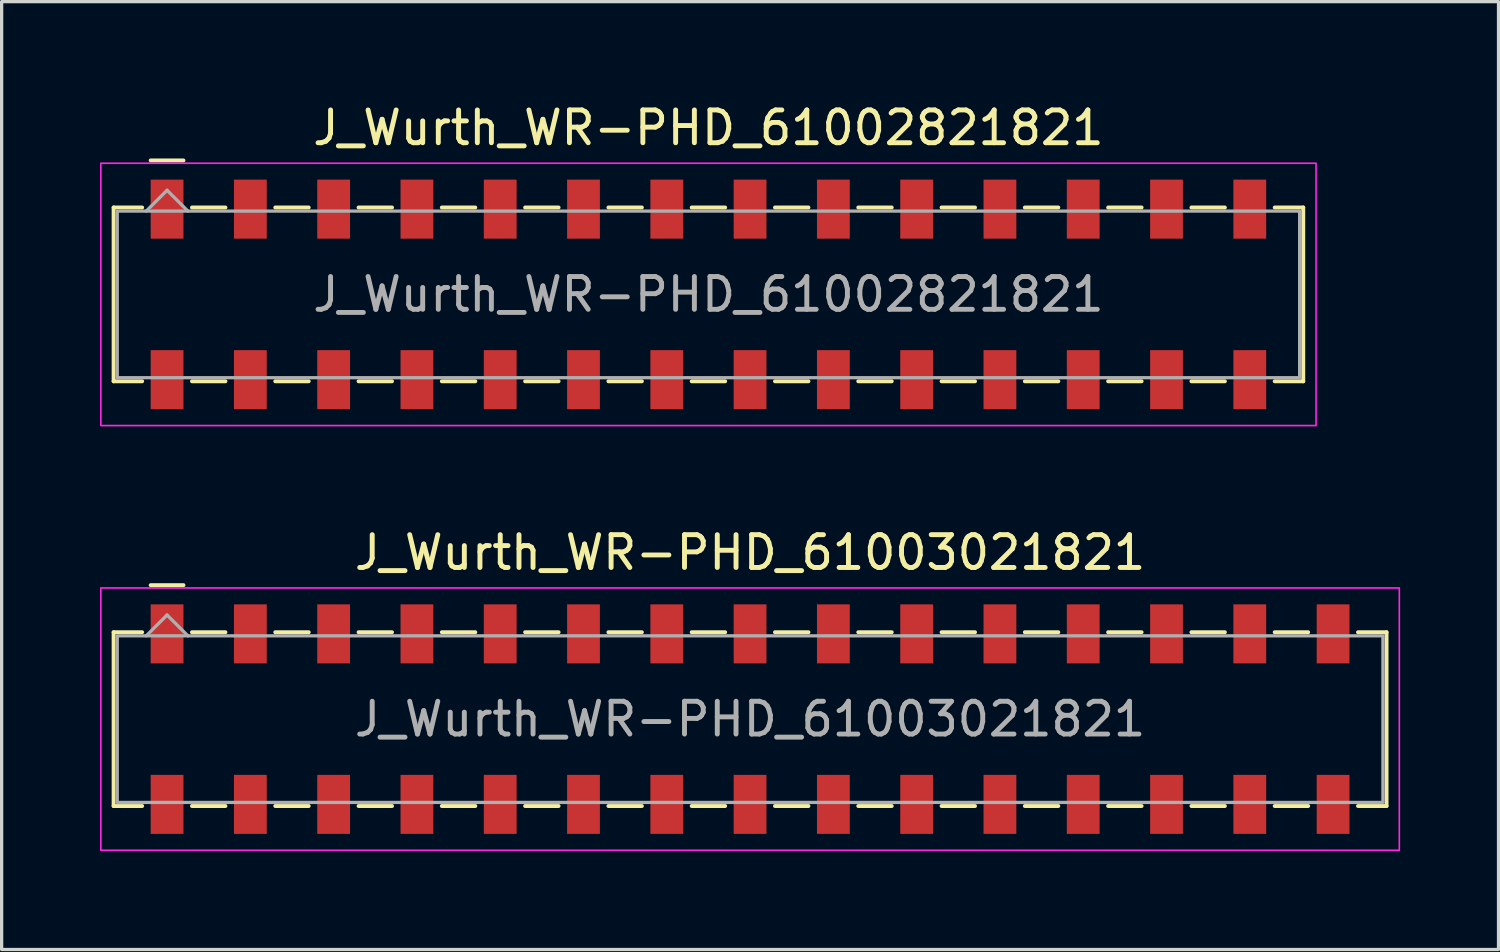
<source format=kicad_pcb>
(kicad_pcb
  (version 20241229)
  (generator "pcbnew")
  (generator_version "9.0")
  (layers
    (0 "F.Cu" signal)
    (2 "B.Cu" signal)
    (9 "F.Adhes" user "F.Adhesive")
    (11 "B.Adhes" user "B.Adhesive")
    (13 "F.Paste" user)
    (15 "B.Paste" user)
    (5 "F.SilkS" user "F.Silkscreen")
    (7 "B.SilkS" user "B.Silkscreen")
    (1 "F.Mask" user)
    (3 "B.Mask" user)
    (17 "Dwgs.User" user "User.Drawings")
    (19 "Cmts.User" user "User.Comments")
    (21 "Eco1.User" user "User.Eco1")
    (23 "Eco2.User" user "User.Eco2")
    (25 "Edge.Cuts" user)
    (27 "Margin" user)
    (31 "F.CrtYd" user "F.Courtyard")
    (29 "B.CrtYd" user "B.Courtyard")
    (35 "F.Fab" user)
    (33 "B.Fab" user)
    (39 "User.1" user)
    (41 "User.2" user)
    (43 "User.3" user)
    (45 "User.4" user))
  (footprint "J_Wurth_WR-PHD_61003021821"
    (layer "F.Cu")
    (at 19.825 18.881)
    (property "Reference" "J_Wurth_WR-PHD_61003021821" (at 0 -5.08 0) (unlocked yes) (layer "F.SilkS") (effects (font (size 1 1) (thickness 0.15))))
    (attr smd)
    (fp_line (start -19.41 -2.65) (end -19.41 2.65) (stroke (width 0.12) (type solid)) (layer "F.SilkS"))
    (fp_line (start -19.41 -2.65) (end -18.54 -2.65) (stroke (width 0.12) (type solid)) (layer "F.SilkS"))
    (fp_line (start -19.41 2.65) (end -18.54 2.65) (stroke (width 0.12) (type solid)) (layer "F.SilkS"))
    (fp_line (start -18.28 -4.085) (end -17.28 -4.085) (stroke (width 0.12) (type solid)) (layer "F.SilkS"))
    (fp_line (start -17.02 -2.65) (end -16 -2.65) (stroke (width 0.12) (type solid)) (layer "F.SilkS"))
    (fp_line (start -17.02 2.65) (end -16 2.65) (stroke (width 0.12) (type solid)) (layer "F.SilkS"))
    (fp_line (start -14.48 -2.65) (end -13.46 -2.65) (stroke (width 0.12) (type solid)) (layer "F.SilkS"))
    (fp_line (start -14.48 2.65) (end -13.46 2.65) (stroke (width 0.12) (type solid)) (layer "F.SilkS"))
    (fp_line (start -11.94 -2.65) (end -10.92 -2.65) (stroke (width 0.12) (type solid)) (layer "F.SilkS"))
    (fp_line (start -11.94 2.65) (end -10.92 2.65) (stroke (width 0.12) (type solid)) (layer "F.SilkS"))
    (fp_line (start -9.4 -2.65) (end -8.38 -2.65) (stroke (width 0.12) (type solid)) (layer "F.SilkS"))
    (fp_line (start -9.4 2.65) (end -8.38 2.65) (stroke (width 0.12) (type solid)) (layer "F.SilkS"))
    (fp_line (start -6.86 -2.65) (end -5.84 -2.65) (stroke (width 0.12) (type solid)) (layer "F.SilkS"))
    (fp_line (start -6.86 2.65) (end -5.84 2.65) (stroke (width 0.12) (type solid)) (layer "F.SilkS"))
    (fp_line (start -4.32 -2.65) (end -3.3 -2.65) (stroke (width 0.12) (type solid)) (layer "F.SilkS"))
    (fp_line (start -4.32 2.65) (end -3.3 2.65) (stroke (width 0.12) (type solid)) (layer "F.SilkS"))
    (fp_line (start -1.78 -2.65) (end -0.76 -2.65) (stroke (width 0.12) (type solid)) (layer "F.SilkS"))
    (fp_line (start -1.78 2.65) (end -0.76 2.65) (stroke (width 0.12) (type solid)) (layer "F.SilkS"))
    (fp_line (start 0.76 -2.65) (end 1.78 -2.65) (stroke (width 0.12) (type solid)) (layer "F.SilkS"))
    (fp_line (start 0.76 2.65) (end 1.78 2.65) (stroke (width 0.12) (type solid)) (layer "F.SilkS"))
    (fp_line (start 3.3 -2.65) (end 4.32 -2.65) (stroke (width 0.12) (type solid)) (layer "F.SilkS"))
    (fp_line (start 3.3 2.65) (end 4.32 2.65) (stroke (width 0.12) (type solid)) (layer "F.SilkS"))
    (fp_line (start 5.84 -2.65) (end 6.86 -2.65) (stroke (width 0.12) (type solid)) (layer "F.SilkS"))
    (fp_line (start 5.84 2.65) (end 6.86 2.65) (stroke (width 0.12) (type solid)) (layer "F.SilkS"))
    (fp_line (start 8.38 -2.65) (end 9.4 -2.65) (stroke (width 0.12) (type solid)) (layer "F.SilkS"))
    (fp_line (start 8.38 2.65) (end 9.4 2.65) (stroke (width 0.12) (type solid)) (layer "F.SilkS"))
    (fp_line (start 10.92 -2.65) (end 11.94 -2.65) (stroke (width 0.12) (type solid)) (layer "F.SilkS"))
    (fp_line (start 10.92 2.65) (end 11.94 2.65) (stroke (width 0.12) (type solid)) (layer "F.SilkS"))
    (fp_line (start 13.46 -2.65) (end 14.48 -2.65) (stroke (width 0.12) (type solid)) (layer "F.SilkS"))
    (fp_line (start 13.46 2.65) (end 14.48 2.65) (stroke (width 0.12) (type solid)) (layer "F.SilkS"))
    (fp_line (start 16 -2.65) (end 17.02 -2.65) (stroke (width 0.12) (type solid)) (layer "F.SilkS"))
    (fp_line (start 16 2.65) (end 17.02 2.65) (stroke (width 0.12) (type solid)) (layer "F.SilkS"))
    (fp_line (start 18.54 -2.65) (end 19.41 -2.65) (stroke (width 0.12) (type solid)) (layer "F.SilkS"))
    (fp_line (start 18.54 2.65) (end 19.41 2.65) (stroke (width 0.12) (type solid)) (layer "F.SilkS"))
    (fp_line (start 19.41 -2.65) (end 19.41 2.65) (stroke (width 0.12) (type solid)) (layer "F.SilkS"))
    (fp_rect (start -19.8 -4) (end 19.8 4) (stroke (width 0.05) (type solid)) (fill no) (layer "F.CrtYd"))
    (fp_line (start -18.415 -2.54) (end -17.78 -3.175) (stroke (width 0.1) (type default)) (layer "F.Fab"))
    (fp_line (start -17.78 -3.175) (end -17.145 -2.54) (stroke (width 0.1) (type default)) (layer "F.Fab"))
    (fp_rect (start -19.3 -2.54) (end 19.3 2.54) (stroke (width 0.1) (type solid)) (fill no) (layer "F.Fab"))
    (fp_text user "${REFERENCE}" (at 0 0 0) (unlocked yes) (layer "F.Fab") (effects (font (size 1 1) (thickness 0.15))))
    (pad "1" smd rect (at -17.78 -2.6) (size 1 1.8) (layers "F.Cu" "F.Mask" "F.Paste"))
    (pad "2" smd rect (at -17.78 2.6) (size 1 1.8) (layers "F.Cu" "F.Mask" "F.Paste"))
    (pad "3" smd rect (at -15.24 -2.6) (size 1 1.8) (layers "F.Cu" "F.Mask" "F.Paste"))
    (pad "4" smd rect (at -15.24 2.6) (size 1 1.8) (layers "F.Cu" "F.Mask" "F.Paste"))
    (pad "5" smd rect (at -12.7 -2.6) (size 1 1.8) (layers "F.Cu" "F.Mask" "F.Paste"))
    (pad "6" smd rect (at -12.7 2.6) (size 1 1.8) (layers "F.Cu" "F.Mask" "F.Paste"))
    (pad "7" smd rect (at -10.16 -2.6) (size 1 1.8) (layers "F.Cu" "F.Mask" "F.Paste"))
    (pad "8" smd rect (at -10.16 2.6) (size 1 1.8) (layers "F.Cu" "F.Mask" "F.Paste"))
    (pad "9" smd rect (at -7.62 -2.6) (size 1 1.8) (layers "F.Cu" "F.Mask" "F.Paste"))
    (pad "10" smd rect (at -7.62 2.6) (size 1 1.8) (layers "F.Cu" "F.Mask" "F.Paste"))
    (pad "11" smd rect (at -5.08 -2.6) (size 1 1.8) (layers "F.Cu" "F.Mask" "F.Paste"))
    (pad "12" smd rect (at -5.08 2.6) (size 1 1.8) (layers "F.Cu" "F.Mask" "F.Paste"))
    (pad "13" smd rect (at -2.54 -2.6) (size 1 1.8) (layers "F.Cu" "F.Mask" "F.Paste"))
    (pad "14" smd rect (at -2.54 2.6) (size 1 1.8) (layers "F.Cu" "F.Mask" "F.Paste"))
    (pad "15" smd rect (at 0 -2.6) (size 1 1.8) (layers "F.Cu" "F.Mask" "F.Paste"))
    (pad "16" smd rect (at 0 2.6) (size 1 1.8) (layers "F.Cu" "F.Mask" "F.Paste"))
    (pad "17" smd rect (at 2.54 -2.6) (size 1 1.8) (layers "F.Cu" "F.Mask" "F.Paste"))
    (pad "18" smd rect (at 2.54 2.6) (size 1 1.8) (layers "F.Cu" "F.Mask" "F.Paste"))
    (pad "19" smd rect (at 5.08 -2.6) (size 1 1.8) (layers "F.Cu" "F.Mask" "F.Paste"))
    (pad "20" smd rect (at 5.08 2.6) (size 1 1.8) (layers "F.Cu" "F.Mask" "F.Paste"))
    (pad "21" smd rect (at 7.62 -2.6) (size 1 1.8) (layers "F.Cu" "F.Mask" "F.Paste"))
    (pad "22" smd rect (at 7.62 2.6) (size 1 1.8) (layers "F.Cu" "F.Mask" "F.Paste"))
    (pad "23" smd rect (at 10.16 -2.6) (size 1 1.8) (layers "F.Cu" "F.Mask" "F.Paste"))
    (pad "24" smd rect (at 10.16 2.6) (size 1 1.8) (layers "F.Cu" "F.Mask" "F.Paste"))
    (pad "25" smd rect (at 12.7 -2.6) (size 1 1.8) (layers "F.Cu" "F.Mask" "F.Paste"))
    (pad "26" smd rect (at 12.7 2.6) (size 1 1.8) (layers "F.Cu" "F.Mask" "F.Paste"))
    (pad "27" smd rect (at 15.24 -2.6) (size 1 1.8) (layers "F.Cu" "F.Mask" "F.Paste"))
    (pad "28" smd rect (at 15.24 2.6) (size 1 1.8) (layers "F.Cu" "F.Mask" "F.Paste"))
    (pad "29" smd rect (at 17.78 -2.6) (size 1 1.8) (layers "F.Cu" "F.Mask" "F.Paste"))
    (pad "30" smd rect (at 17.78 2.6) (size 1 1.8) (layers "F.Cu" "F.Mask" "F.Paste")))
  (footprint "J_Wurth_WR-PHD_61002821821"
    (layer "F.Cu")
    (at 18.555 5.928)
    (property "Reference" "J_Wurth_WR-PHD_61002821821" (at 0 -5.08 0) (unlocked yes) (layer "F.SilkS") (effects (font (size 1 1) (thickness 0.15))))
    (attr smd)
    (fp_line (start -18.14 -2.65) (end -18.14 2.65) (stroke (width 0.12) (type solid)) (layer "F.SilkS"))
    (fp_line (start -18.14 -2.65) (end -17.27 -2.65) (stroke (width 0.12) (type solid)) (layer "F.SilkS"))
    (fp_line (start -18.14 2.65) (end -17.27 2.65) (stroke (width 0.12) (type solid)) (layer "F.SilkS"))
    (fp_line (start -17.01 -4.085) (end -16.01 -4.085) (stroke (width 0.12) (type solid)) (layer "F.SilkS"))
    (fp_line (start -15.75 -2.65) (end -14.73 -2.65) (stroke (width 0.12) (type solid)) (layer "F.SilkS"))
    (fp_line (start -15.75 2.65) (end -14.73 2.65) (stroke (width 0.12) (type solid)) (layer "F.SilkS"))
    (fp_line (start -13.21 -2.65) (end -12.19 -2.65) (stroke (width 0.12) (type solid)) (layer "F.SilkS"))
    (fp_line (start -13.21 2.65) (end -12.19 2.65) (stroke (width 0.12) (type solid)) (layer "F.SilkS"))
    (fp_line (start -10.67 -2.65) (end -9.65 -2.65) (stroke (width 0.12) (type solid)) (layer "F.SilkS"))
    (fp_line (start -10.67 2.65) (end -9.65 2.65) (stroke (width 0.12) (type solid)) (layer "F.SilkS"))
    (fp_line (start -8.13 -2.65) (end -7.11 -2.65) (stroke (width 0.12) (type solid)) (layer "F.SilkS"))
    (fp_line (start -8.13 2.65) (end -7.11 2.65) (stroke (width 0.12) (type solid)) (layer "F.SilkS"))
    (fp_line (start -5.59 -2.65) (end -4.57 -2.65) (stroke (width 0.12) (type solid)) (layer "F.SilkS"))
    (fp_line (start -5.59 2.65) (end -4.57 2.65) (stroke (width 0.12) (type solid)) (layer "F.SilkS"))
    (fp_line (start -3.05 -2.65) (end -2.03 -2.65) (stroke (width 0.12) (type solid)) (layer "F.SilkS"))
    (fp_line (start -3.05 2.65) (end -2.03 2.65) (stroke (width 0.12) (type solid)) (layer "F.SilkS"))
    (fp_line (start -0.51 -2.65) (end 0.51 -2.65) (stroke (width 0.12) (type solid)) (layer "F.SilkS"))
    (fp_line (start -0.51 2.65) (end 0.51 2.65) (stroke (width 0.12) (type solid)) (layer "F.SilkS"))
    (fp_line (start 2.03 -2.65) (end 3.05 -2.65) (stroke (width 0.12) (type solid)) (layer "F.SilkS"))
    (fp_line (start 2.03 2.65) (end 3.05 2.65) (stroke (width 0.12) (type solid)) (layer "F.SilkS"))
    (fp_line (start 4.57 -2.65) (end 5.59 -2.65) (stroke (width 0.12) (type solid)) (layer "F.SilkS"))
    (fp_line (start 4.57 2.65) (end 5.59 2.65) (stroke (width 0.12) (type solid)) (layer "F.SilkS"))
    (fp_line (start 7.11 -2.65) (end 8.13 -2.65) (stroke (width 0.12) (type solid)) (layer "F.SilkS"))
    (fp_line (start 7.11 2.65) (end 8.13 2.65) (stroke (width 0.12) (type solid)) (layer "F.SilkS"))
    (fp_line (start 9.65 -2.65) (end 10.67 -2.65) (stroke (width 0.12) (type solid)) (layer "F.SilkS"))
    (fp_line (start 9.65 2.65) (end 10.67 2.65) (stroke (width 0.12) (type solid)) (layer "F.SilkS"))
    (fp_line (start 12.19 -2.65) (end 13.21 -2.65) (stroke (width 0.12) (type solid)) (layer "F.SilkS"))
    (fp_line (start 12.19 2.65) (end 13.21 2.65) (stroke (width 0.12) (type solid)) (layer "F.SilkS"))
    (fp_line (start 14.73 -2.65) (end 15.75 -2.65) (stroke (width 0.12) (type solid)) (layer "F.SilkS"))
    (fp_line (start 14.73 2.65) (end 15.75 2.65) (stroke (width 0.12) (type solid)) (layer "F.SilkS"))
    (fp_line (start 17.27 -2.65) (end 18.14 -2.65) (stroke (width 0.12) (type solid)) (layer "F.SilkS"))
    (fp_line (start 17.27 2.65) (end 18.14 2.65) (stroke (width 0.12) (type solid)) (layer "F.SilkS"))
    (fp_line (start 18.14 -2.65) (end 18.14 2.65) (stroke (width 0.12) (type solid)) (layer "F.SilkS"))
    (fp_rect (start -18.53 -4) (end 18.53 4) (stroke (width 0.05) (type solid)) (fill no) (layer "F.CrtYd"))
    (fp_line (start -17.145 -2.54) (end -16.51 -3.175) (stroke (width 0.1) (type default)) (layer "F.Fab"))
    (fp_line (start -16.51 -3.175) (end -15.875 -2.54) (stroke (width 0.1) (type default)) (layer "F.Fab"))
    (fp_rect (start -18.03 -2.54) (end 18.03 2.54) (stroke (width 0.1) (type solid)) (fill no) (layer "F.Fab"))
    (fp_text user "${REFERENCE}" (at 0 0 0) (unlocked yes) (layer "F.Fab") (effects (font (size 1 1) (thickness 0.15))))
    (pad "1" smd rect (at -16.51 -2.6) (size 1 1.8) (layers "F.Cu" "F.Mask" "F.Paste"))
    (pad "2" smd rect (at -16.51 2.6) (size 1 1.8) (layers "F.Cu" "F.Mask" "F.Paste"))
    (pad "3" smd rect (at -13.97 -2.6) (size 1 1.8) (layers "F.Cu" "F.Mask" "F.Paste"))
    (pad "4" smd rect (at -13.97 2.6) (size 1 1.8) (layers "F.Cu" "F.Mask" "F.Paste"))
    (pad "5" smd rect (at -11.43 -2.6) (size 1 1.8) (layers "F.Cu" "F.Mask" "F.Paste"))
    (pad "6" smd rect (at -11.43 2.6) (size 1 1.8) (layers "F.Cu" "F.Mask" "F.Paste"))
    (pad "7" smd rect (at -8.89 -2.6) (size 1 1.8) (layers "F.Cu" "F.Mask" "F.Paste"))
    (pad "8" smd rect (at -8.89 2.6) (size 1 1.8) (layers "F.Cu" "F.Mask" "F.Paste"))
    (pad "9" smd rect (at -6.35 -2.6) (size 1 1.8) (layers "F.Cu" "F.Mask" "F.Paste"))
    (pad "10" smd rect (at -6.35 2.6) (size 1 1.8) (layers "F.Cu" "F.Mask" "F.Paste"))
    (pad "11" smd rect (at -3.81 -2.6) (size 1 1.8) (layers "F.Cu" "F.Mask" "F.Paste"))
    (pad "12" smd rect (at -3.81 2.6) (size 1 1.8) (layers "F.Cu" "F.Mask" "F.Paste"))
    (pad "13" smd rect (at -1.27 -2.6) (size 1 1.8) (layers "F.Cu" "F.Mask" "F.Paste"))
    (pad "14" smd rect (at -1.27 2.6) (size 1 1.8) (layers "F.Cu" "F.Mask" "F.Paste"))
    (pad "15" smd rect (at 1.27 -2.6) (size 1 1.8) (layers "F.Cu" "F.Mask" "F.Paste"))
    (pad "16" smd rect (at 1.27 2.6) (size 1 1.8) (layers "F.Cu" "F.Mask" "F.Paste"))
    (pad "17" smd rect (at 3.81 -2.6) (size 1 1.8) (layers "F.Cu" "F.Mask" "F.Paste"))
    (pad "18" smd rect (at 3.81 2.6) (size 1 1.8) (layers "F.Cu" "F.Mask" "F.Paste"))
    (pad "19" smd rect (at 6.35 -2.6) (size 1 1.8) (layers "F.Cu" "F.Mask" "F.Paste"))
    (pad "20" smd rect (at 6.35 2.6) (size 1 1.8) (layers "F.Cu" "F.Mask" "F.Paste"))
    (pad "21" smd rect (at 8.89 -2.6) (size 1 1.8) (layers "F.Cu" "F.Mask" "F.Paste"))
    (pad "22" smd rect (at 8.89 2.6) (size 1 1.8) (layers "F.Cu" "F.Mask" "F.Paste"))
    (pad "23" smd rect (at 11.43 -2.6) (size 1 1.8) (layers "F.Cu" "F.Mask" "F.Paste"))
    (pad "24" smd rect (at 11.43 2.6) (size 1 1.8) (layers "F.Cu" "F.Mask" "F.Paste"))
    (pad "25" smd rect (at 13.97 -2.6) (size 1 1.8) (layers "F.Cu" "F.Mask" "F.Paste"))
    (pad "26" smd rect (at 13.97 2.6) (size 1 1.8) (layers "F.Cu" "F.Mask" "F.Paste"))
    (pad "27" smd rect (at 16.51 -2.6) (size 1 1.8) (layers "F.Cu" "F.Mask" "F.Paste"))
    (pad "28" smd rect (at 16.51 2.6) (size 1 1.8) (layers "F.Cu" "F.Mask" "F.Paste")))
  (gr_rect
    (start -3 -3)
    (end 42.65 25.907)
    (stroke (width 0.1) (type default))
    (fill no)
    (layer "Edge.Cuts")))
</source>
